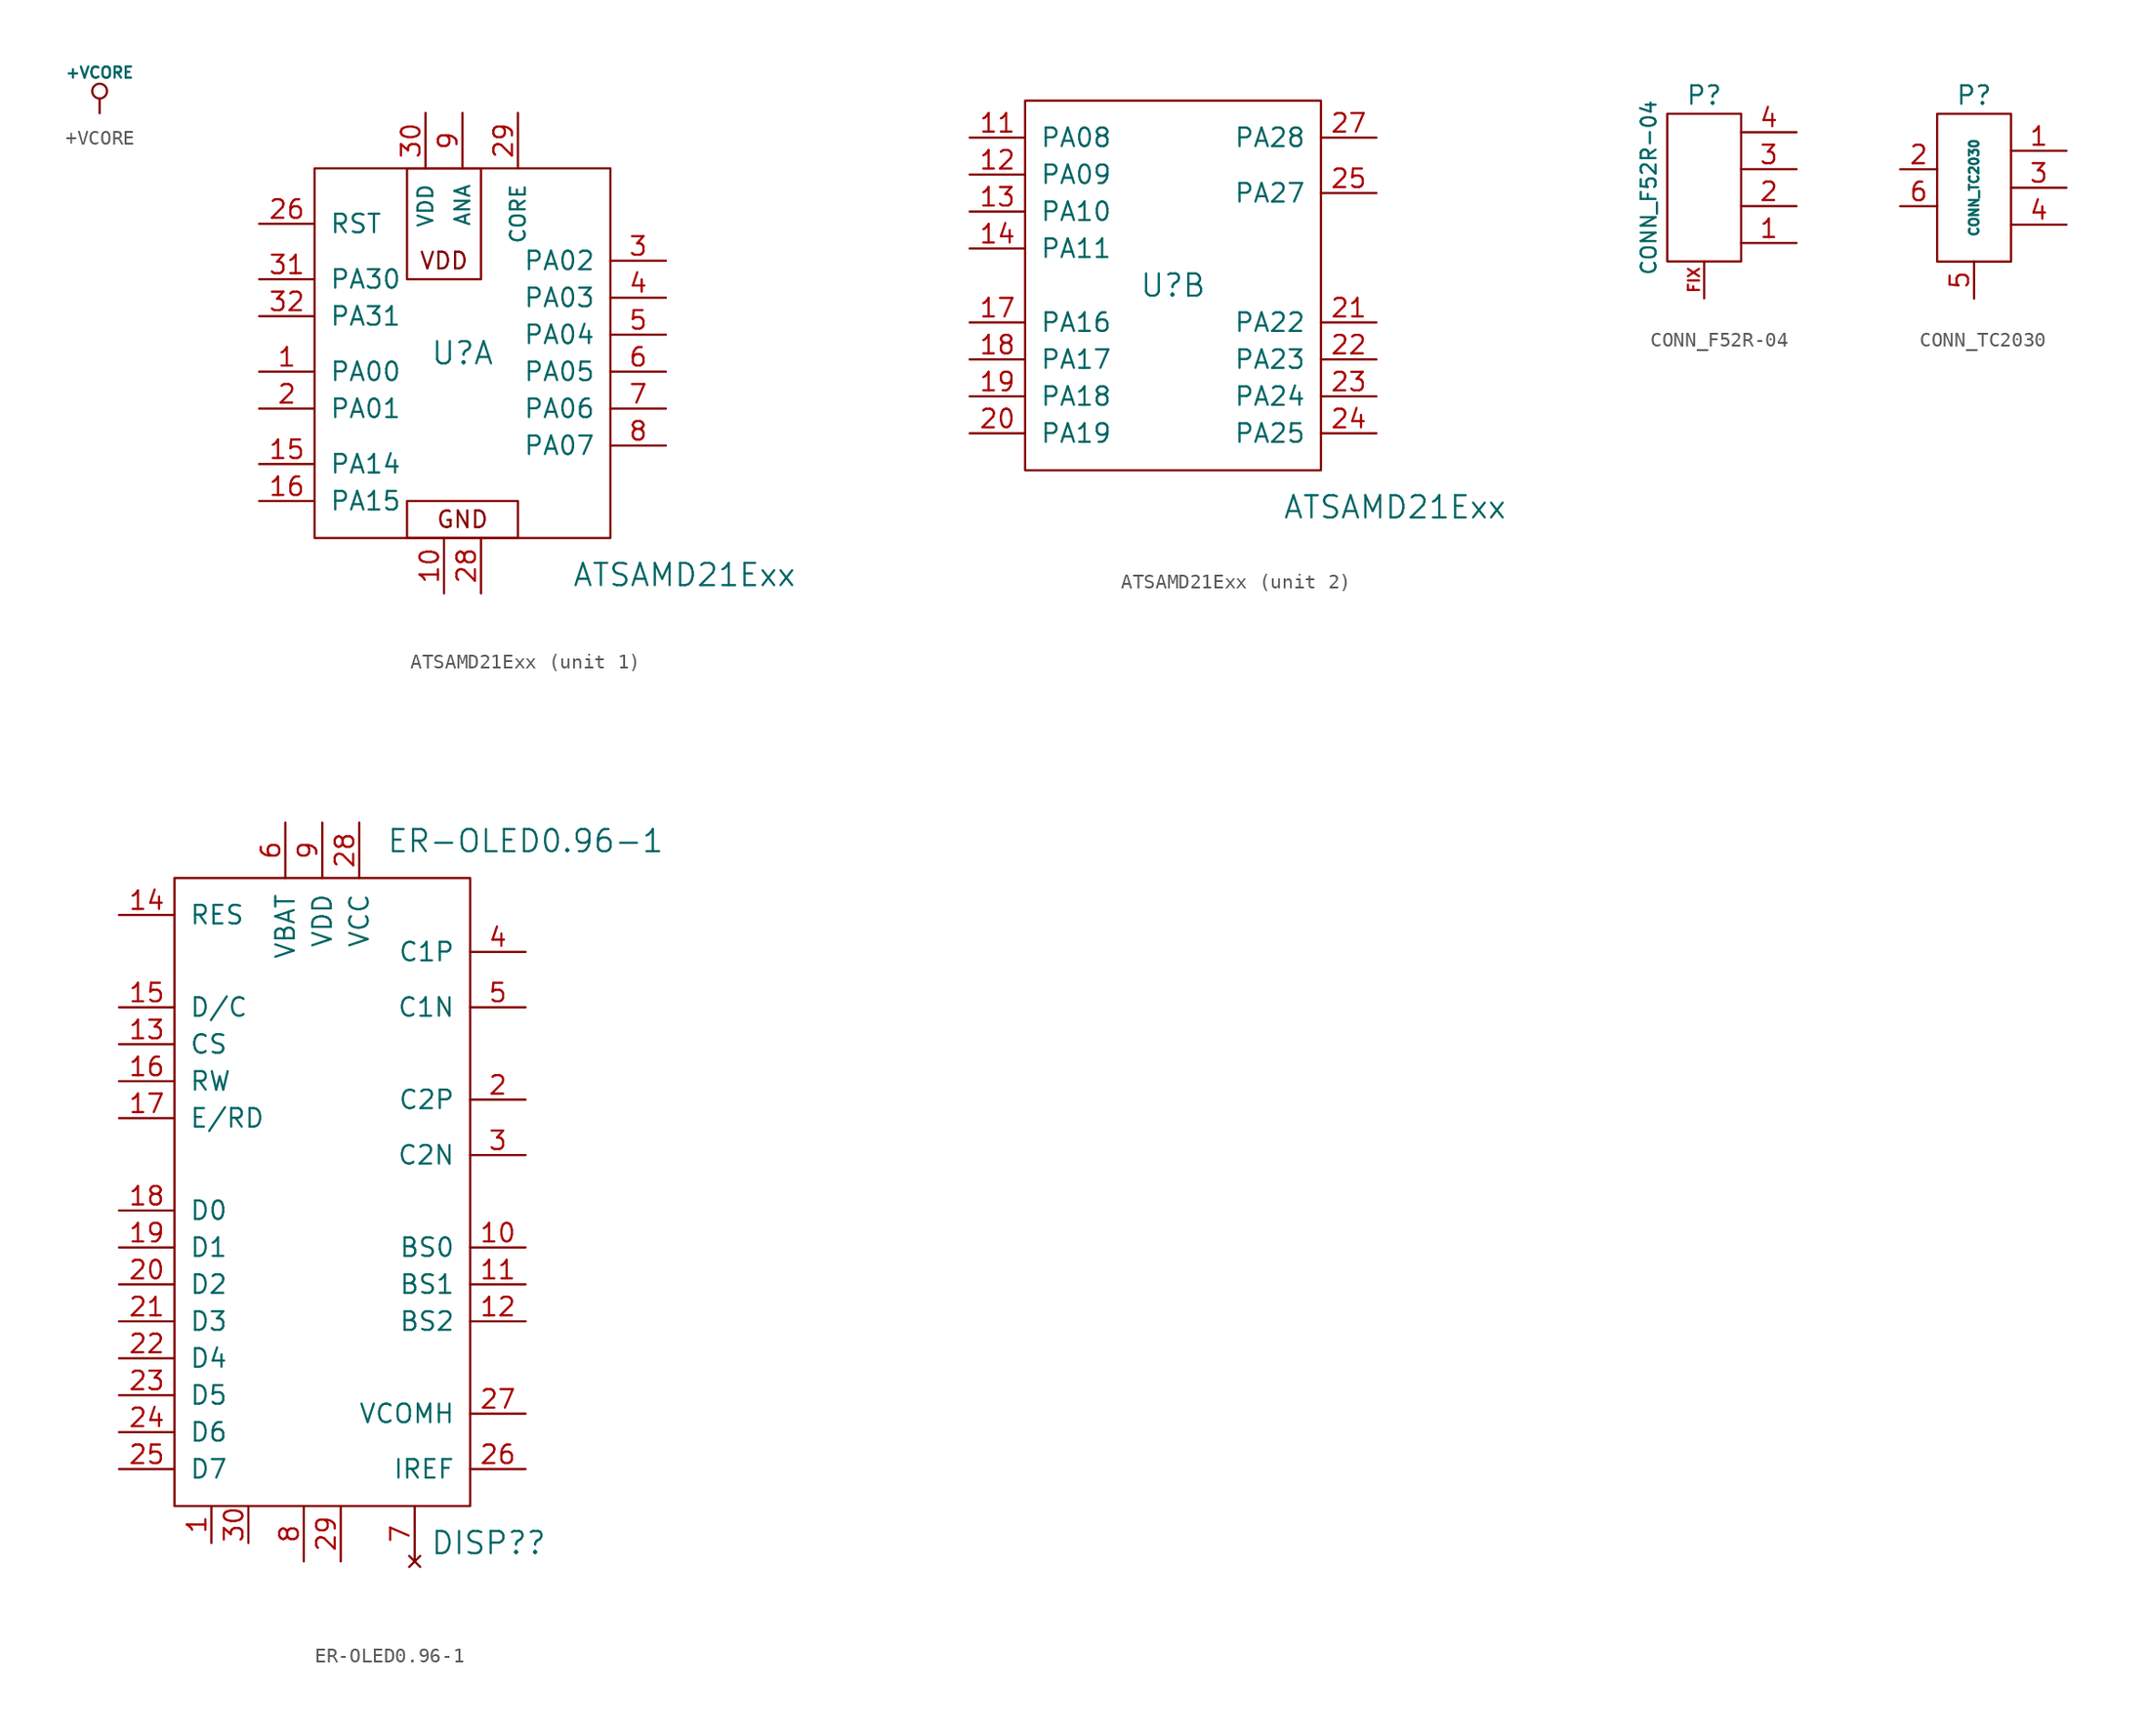
<source format=kicad_sym>
(kicad_symbol_lib
  (version 20211014)
  (generator kicad_symbol_editor)
  (symbol "+VCORE"
    (power)
    (pin_names
      (offset 0))
    (property "Reference" "#PWR"
      (at 0 -1.016 0)
      (effects (font (size 0.762 0.762)) hide))
    (property "Value" "+VCORE"
      (at 0 2.794 0)
      (effects (font (size 0.762 0.762))))
    (property "Footprint" ""
      (at 0 0 0)
      (effects (font (size 1.524 1.524))))
    (property "Datasheet" ""
      (at 0 0 0)
      (effects (font (size 1.524 1.524))))
    (symbol "+VCORE_0_0"
      (pin power_in line (at 0 0 90) (length 0) hide (name "+VCORE" (effects (font (size 0.762 0.762)))) (number "1" (effects (font (size 0.762 0.762))))))
    (symbol "+VCORE_0_1"
      (polyline (pts (xy 0 0) (xy 0 1.016) (xy 0 1.016)) (stroke (width 0) (type default) (color 0 0 0 0)) (fill (type none)))
      (circle (center 0 1.524) (radius 0.508) (stroke (width 0) (type default) (color 0 0 0 0)) (fill (type none)))))
  (symbol "ATSAMD21Exx"
    (pin_names
      (offset 1.016))
    (property "Reference" "U"
      (at 0 0 0)
      (effects (font (size 1.524 1.524))))
    (property "Value" "ATSAMD21Exx"
      (at 15.24 -15.24 0)
      (effects (font (size 1.524 1.524))))
    (property "Footprint" ""
      (at 0 0 0)
      (effects (font (size 1.524 1.524))))
    (property "Datasheet" ""
      (at 0 0 0)
      (effects (font (size 1.524 1.524))))
    (symbol "ATSAMD21Exx_0_1"
      (rectangle (start -10.16 12.7) (end 10.16 -12.7) (stroke (width 0) (type default) (color 0 0 0 0)) (fill (type none))))
    (symbol "ATSAMD21Exx_1_1"
      (rectangle (start -3.81 -10.16) (end 3.81 -12.7) (stroke (width 0) (type default) (color 0 0 0 0)) (fill (type none)))
      (rectangle (start -3.81 12.7) (end 1.27 5.08) (stroke (width 0) (type default) (color 0 0 0 0)) (fill (type none)))
      (text "GND" (at 0 -11.43 0) (effects (font (size 1.143 1.143))))
      (text "VDD" (at -1.27 6.35 0) (effects (font (size 1.143 1.143))))
      (pin bidirectional line (at -13.97 -1.27 0) (length 3.81) (name "PA00" (effects (font (size 1.27 1.27)))) (number "1" (effects (font (size 1.27 1.27)))))
      (pin power_in line (at -1.27 -16.51 90) (length 3.81) (name "~" (effects (font (size 1.27 1.27)))) (number "10" (effects (font (size 1.27 1.27)))))
      (pin bidirectional line (at -13.97 -7.62 0) (length 3.81) (name "PA14" (effects (font (size 1.27 1.27)))) (number "15" (effects (font (size 1.27 1.27)))))
      (pin bidirectional line (at -13.97 -10.16 0) (length 3.81) (name "PA15" (effects (font (size 1.27 1.27)))) (number "16" (effects (font (size 1.27 1.27)))))
      (pin bidirectional line (at -13.97 -3.81 0) (length 3.81) (name "PA01" (effects (font (size 1.27 1.27)))) (number "2" (effects (font (size 1.27 1.27)))))
      (pin input line (at -13.97 8.89 0) (length 3.81) (name "RST" (effects (font (size 1.27 1.27)))) (number "26" (effects (font (size 1.27 1.27)))))
      (pin power_in line (at 1.27 -16.51 90) (length 3.81) (name "~" (effects (font (size 1.27 1.27)))) (number "28" (effects (font (size 1.27 1.27)))))
      (pin power_in line (at 3.81 16.51 270) (length 3.81) (name "CORE" (effects (font (size 1.016 1.016)))) (number "29" (effects (font (size 1.27 1.27)))))
      (pin bidirectional line (at 13.97 6.35 180) (length 3.81) (name "PA02" (effects (font (size 1.27 1.27)))) (number "3" (effects (font (size 1.27 1.27)))))
      (pin power_in line (at -2.54 16.51 270) (length 3.81) (name "VDD" (effects (font (size 1.016 1.016)))) (number "30" (effects (font (size 1.27 1.27)))))
      (pin bidirectional line (at -13.97 5.08 0) (length 3.81) (name "PA30" (effects (font (size 1.27 1.27)))) (number "31" (effects (font (size 1.27 1.27)))))
      (pin bidirectional line (at -13.97 2.54 0) (length 3.81) (name "PA31" (effects (font (size 1.27 1.27)))) (number "32" (effects (font (size 1.27 1.27)))))
      (pin bidirectional line (at 13.97 3.81 180) (length 3.81) (name "PA03" (effects (font (size 1.27 1.27)))) (number "4" (effects (font (size 1.27 1.27)))))
      (pin bidirectional line (at 13.97 1.27 180) (length 3.81) (name "PA04" (effects (font (size 1.27 1.27)))) (number "5" (effects (font (size 1.27 1.27)))))
      (pin bidirectional line (at 13.97 -1.27 180) (length 3.81) (name "PA05" (effects (font (size 1.27 1.27)))) (number "6" (effects (font (size 1.27 1.27)))))
      (pin bidirectional line (at 13.97 -3.81 180) (length 3.81) (name "PA06" (effects (font (size 1.27 1.27)))) (number "7" (effects (font (size 1.27 1.27)))))
      (pin bidirectional line (at 13.97 -6.35 180) (length 3.81) (name "PA07" (effects (font (size 1.27 1.27)))) (number "8" (effects (font (size 1.27 1.27)))))
      (pin power_in line (at 0 16.51 270) (length 3.81) (name "ANA" (effects (font (size 1.016 1.016)))) (number "9" (effects (font (size 1.27 1.27))))))
    (symbol "ATSAMD21Exx_2_1"
      (pin bidirectional line (at -13.97 10.16 0) (length 3.81) (name "PA08" (effects (font (size 1.27 1.27)))) (number "11" (effects (font (size 1.27 1.27)))))
      (pin bidirectional line (at -13.97 7.62 0) (length 3.81) (name "PA09" (effects (font (size 1.27 1.27)))) (number "12" (effects (font (size 1.27 1.27)))))
      (pin bidirectional line (at -13.97 5.08 0) (length 3.81) (name "PA10" (effects (font (size 1.27 1.27)))) (number "13" (effects (font (size 1.27 1.27)))))
      (pin bidirectional line (at -13.97 2.54 0) (length 3.81) (name "PA11" (effects (font (size 1.27 1.27)))) (number "14" (effects (font (size 1.27 1.27)))))
      (pin bidirectional line (at -13.97 -2.54 0) (length 3.81) (name "PA16" (effects (font (size 1.27 1.27)))) (number "17" (effects (font (size 1.27 1.27)))))
      (pin bidirectional line (at -13.97 -5.08 0) (length 3.81) (name "PA17" (effects (font (size 1.27 1.27)))) (number "18" (effects (font (size 1.27 1.27)))))
      (pin bidirectional line (at -13.97 -7.62 0) (length 3.81) (name "PA18" (effects (font (size 1.27 1.27)))) (number "19" (effects (font (size 1.27 1.27)))))
      (pin bidirectional line (at -13.97 -10.16 0) (length 3.81) (name "PA19" (effects (font (size 1.27 1.27)))) (number "20" (effects (font (size 1.27 1.27)))))
      (pin bidirectional line (at 13.97 -2.54 180) (length 3.81) (name "PA22" (effects (font (size 1.27 1.27)))) (number "21" (effects (font (size 1.27 1.27)))))
      (pin bidirectional line (at 13.97 -5.08 180) (length 3.81) (name "PA23" (effects (font (size 1.27 1.27)))) (number "22" (effects (font (size 1.27 1.27)))))
      (pin bidirectional line (at 13.97 -7.62 180) (length 3.81) (name "PA24" (effects (font (size 1.27 1.27)))) (number "23" (effects (font (size 1.27 1.27)))))
      (pin bidirectional line (at 13.97 -10.16 180) (length 3.81) (name "PA25" (effects (font (size 1.27 1.27)))) (number "24" (effects (font (size 1.27 1.27)))))
      (pin bidirectional line (at 13.97 6.35 180) (length 3.81) (name "PA27" (effects (font (size 1.27 1.27)))) (number "25" (effects (font (size 1.27 1.27)))))
      (pin bidirectional line (at 13.97 10.16 180) (length 3.81) (name "PA28" (effects (font (size 1.27 1.27)))) (number "27" (effects (font (size 1.27 1.27)))))))
  (symbol "CONN_F52R-04"
    (pin_names
      (offset 1.016) hide)
    (property "Reference" "P"
      (at 0 6.35 0)
      (effects (font (size 1.27 1.27))))
    (property "Value" "CONN_F52R-04"
      (at -3.81 0 90)
      (effects (font (size 1.016 1.016))))
    (property "Footprint" ""
      (at 0 0 0)
      (effects (font (size 1.524 1.524))))
    (property "Datasheet" ""
      (at 0 0 0)
      (effects (font (size 1.524 1.524))))
    (symbol "CONN_F52R-04_0_1"
      (rectangle (start -2.54 5.08) (end 2.54 -5.08) (stroke (width 0) (type default) (color 0 0 0 0)) (fill (type none))))
    (symbol "CONN_F52R-04_1_1"
      (pin passive line (at 6.35 -3.81 180) (length 3.81) (name "P1" (effects (font (size 1.27 1.27)))) (number "1" (effects (font (size 1.27 1.27)))))
      (pin passive line (at 6.35 -1.27 180) (length 3.81) (name "PM" (effects (font (size 1.27 1.27)))) (number "2" (effects (font (size 1.27 1.27)))))
      (pin passive line (at 6.35 1.27 180) (length 3.81) (name "P3" (effects (font (size 1.27 1.27)))) (number "3" (effects (font (size 1.27 1.27)))))
      (pin passive line (at 6.35 3.81 180) (length 3.81) (name "~" (effects (font (size 1.27 1.27)))) (number "4" (effects (font (size 1.27 1.27)))))
      (pin passive line (at 0 -7.62 90) (length 2.54) (name "FIX" (effects (font (size 0.762 0.762)))) (number "FIX" (effects (font (size 0.762 0.762)))))))
  (symbol "CONN_TC2030"
    (pin_names
      (offset 1.016) hide)
    (property "Reference" "P"
      (at 0 6.35 0)
      (effects (font (size 1.27 1.27))))
    (property "Value" "CONN_TC2030"
      (at 0 0 90)
      (effects (font (size 0.635 0.635))))
    (property "Footprint" ""
      (at 0 0 0)
      (effects (font (size 1.524 1.524))))
    (property "Datasheet" ""
      (at 0 0 0)
      (effects (font (size 1.524 1.524))))
    (symbol "CONN_TC2030_0_1"
      (rectangle (start -2.54 5.08) (end 2.54 -5.08) (stroke (width 0) (type default) (color 0 0 0 0)) (fill (type none))))
    (symbol "CONN_TC2030_1_1"
      (pin passive line (at 6.35 2.54 180) (length 3.81) (name "PWR" (effects (font (size 1.27 1.27)))) (number "1" (effects (font (size 1.27 1.27)))))
      (pin passive line (at -5.08 1.27 0) (length 2.54) (name "DBG1" (effects (font (size 1.27 1.27)))) (number "2" (effects (font (size 1.27 1.27)))))
      (pin passive line (at 6.35 0 180) (length 3.81) (name "USB1" (effects (font (size 1.27 1.27)))) (number "3" (effects (font (size 1.27 1.27)))))
      (pin passive line (at 6.35 -2.54 180) (length 3.81) (name "USB2" (effects (font (size 1.27 1.27)))) (number "4" (effects (font (size 1.27 1.27)))))
      (pin passive line (at 0 -7.62 90) (length 2.54) (name "GND" (effects (font (size 1.27 1.27)))) (number "5" (effects (font (size 1.27 1.27)))))
      (pin passive line (at -5.08 -1.27 0) (length 2.54) (name "DBG2" (effects (font (size 1.27 1.27)))) (number "6" (effects (font (size 1.27 1.27)))))))
  (symbol "ER-OLED0.96-1"
    (pin_names
      (offset 1.016))
    (property "Reference" "DISP?"
      (at 11.43 -24.13 0)
      (effects (font (size 1.524 1.524))))
    (property "Value" "ER-OLED0.96-1"
      (at 13.97 24.13 0)
      (effects (font (size 1.524 1.524))))
    (property "Footprint" ""
      (at 0 0 0)
      (effects (font (size 1.524 1.524))))
    (property "Datasheet" ""
      (at 0 0 0)
      (effects (font (size 1.524 1.524))))
    (symbol "ER-OLED0.96-1_0_1"
      (rectangle (start -10.16 21.59) (end 10.16 -21.59) (stroke (width 0) (type default) (color 0 0 0 0)) (fill (type none))))
    (symbol "ER-OLED0.96-1_1_1"
      (pin passive line (at -7.62 -24.13 90) (length 2.54) (name "~" (effects (font (size 1.27 1.27)))) (number "1" (effects (font (size 1.27 1.27)))))
      (pin input line (at 13.97 -3.81 180) (length 3.81) (name "BS0" (effects (font (size 1.27 1.27)))) (number "10" (effects (font (size 1.27 1.27)))))
      (pin input line (at 13.97 -6.35 180) (length 3.81) (name "BS1" (effects (font (size 1.27 1.27)))) (number "11" (effects (font (size 1.27 1.27)))))
      (pin input line (at 13.97 -8.89 180) (length 3.81) (name "BS2" (effects (font (size 1.27 1.27)))) (number "12" (effects (font (size 1.27 1.27)))))
      (pin input line (at -13.97 10.16 0) (length 3.81) (name "CS" (effects (font (size 1.27 1.27)))) (number "13" (effects (font (size 1.27 1.27)))))
      (pin input line (at -13.97 19.05 0) (length 3.81) (name "RES" (effects (font (size 1.27 1.27)))) (number "14" (effects (font (size 1.27 1.27)))))
      (pin input line (at -13.97 12.7 0) (length 3.81) (name "D/C" (effects (font (size 1.27 1.27)))) (number "15" (effects (font (size 1.27 1.27)))))
      (pin input line (at -13.97 7.62 0) (length 3.81) (name "RW" (effects (font (size 1.27 1.27)))) (number "16" (effects (font (size 1.27 1.27)))))
      (pin input line (at -13.97 5.08 0) (length 3.81) (name "E/RD" (effects (font (size 1.27 1.27)))) (number "17" (effects (font (size 1.27 1.27)))))
      (pin input line (at -13.97 -1.27 0) (length 3.81) (name "D0" (effects (font (size 1.27 1.27)))) (number "18" (effects (font (size 1.27 1.27)))))
      (pin input line (at -13.97 -3.81 0) (length 3.81) (name "D1" (effects (font (size 1.27 1.27)))) (number "19" (effects (font (size 1.27 1.27)))))
      (pin passive line (at 13.97 6.35 180) (length 3.81) (name "C2P" (effects (font (size 1.27 1.27)))) (number "2" (effects (font (size 1.27 1.27)))))
      (pin input line (at -13.97 -6.35 0) (length 3.81) (name "D2" (effects (font (size 1.27 1.27)))) (number "20" (effects (font (size 1.27 1.27)))))
      (pin input line (at -13.97 -8.89 0) (length 3.81) (name "D3" (effects (font (size 1.27 1.27)))) (number "21" (effects (font (size 1.27 1.27)))))
      (pin input line (at -13.97 -11.43 0) (length 3.81) (name "D4" (effects (font (size 1.27 1.27)))) (number "22" (effects (font (size 1.27 1.27)))))
      (pin input line (at -13.97 -13.97 0) (length 3.81) (name "D5" (effects (font (size 1.27 1.27)))) (number "23" (effects (font (size 1.27 1.27)))))
      (pin input line (at -13.97 -16.51 0) (length 3.81) (name "D6" (effects (font (size 1.27 1.27)))) (number "24" (effects (font (size 1.27 1.27)))))
      (pin input line (at -13.97 -19.05 0) (length 3.81) (name "D7" (effects (font (size 1.27 1.27)))) (number "25" (effects (font (size 1.27 1.27)))))
      (pin passive line (at 13.97 -19.05 180) (length 3.81) (name "IREF" (effects (font (size 1.27 1.27)))) (number "26" (effects (font (size 1.27 1.27)))))
      (pin passive line (at 13.97 -15.24 180) (length 3.81) (name "VCOMH" (effects (font (size 1.27 1.27)))) (number "27" (effects (font (size 1.27 1.27)))))
      (pin power_in line (at 2.54 25.4 270) (length 3.81) (name "VCC" (effects (font (size 1.27 1.27)))) (number "28" (effects (font (size 1.27 1.27)))))
      (pin power_in line (at 1.27 -25.4 90) (length 3.81) (name "~" (effects (font (size 1.27 1.27)))) (number "29" (effects (font (size 1.27 1.27)))))
      (pin passive line (at 13.97 2.54 180) (length 3.81) (name "C2N" (effects (font (size 1.27 1.27)))) (number "3" (effects (font (size 1.27 1.27)))))
      (pin passive line (at -5.08 -24.13 90) (length 2.54) (name "~" (effects (font (size 1.27 1.27)))) (number "30" (effects (font (size 1.27 1.27)))))
      (pin passive line (at 13.97 16.51 180) (length 3.81) (name "C1P" (effects (font (size 1.27 1.27)))) (number "4" (effects (font (size 1.27 1.27)))))
      (pin passive line (at 13.97 12.7 180) (length 3.81) (name "C1N" (effects (font (size 1.27 1.27)))) (number "5" (effects (font (size 1.27 1.27)))))
      (pin power_in line (at -2.54 25.4 270) (length 3.81) (name "VBAT" (effects (font (size 1.27 1.27)))) (number "6" (effects (font (size 1.27 1.27)))))
      (pin no_connect line (at 6.35 -25.4 90) (length 3.81) (name "~" (effects (font (size 1.27 1.27)))) (number "7" (effects (font (size 1.27 1.27)))))
      (pin power_in line (at -1.27 -25.4 90) (length 3.81) (name "~" (effects (font (size 1.27 1.27)))) (number "8" (effects (font (size 1.27 1.27)))))
      (pin power_in line (at 0 25.4 270) (length 3.81) (name "VDD" (effects (font (size 1.27 1.27)))) (number "9" (effects (font (size 1.27 1.27))))))))
</source>
